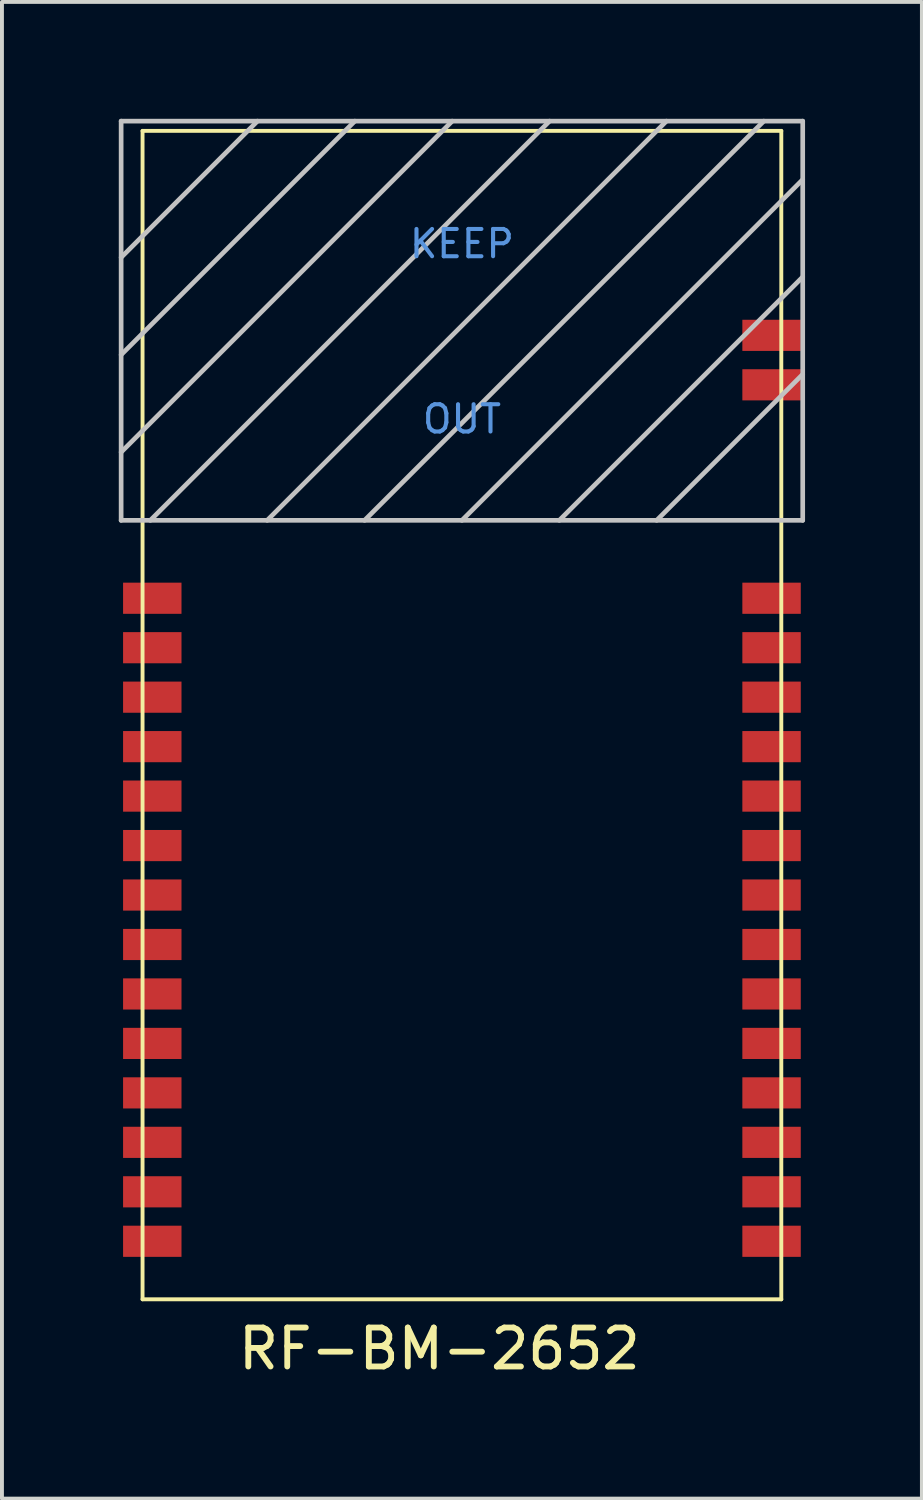
<source format=kicad_pcb>
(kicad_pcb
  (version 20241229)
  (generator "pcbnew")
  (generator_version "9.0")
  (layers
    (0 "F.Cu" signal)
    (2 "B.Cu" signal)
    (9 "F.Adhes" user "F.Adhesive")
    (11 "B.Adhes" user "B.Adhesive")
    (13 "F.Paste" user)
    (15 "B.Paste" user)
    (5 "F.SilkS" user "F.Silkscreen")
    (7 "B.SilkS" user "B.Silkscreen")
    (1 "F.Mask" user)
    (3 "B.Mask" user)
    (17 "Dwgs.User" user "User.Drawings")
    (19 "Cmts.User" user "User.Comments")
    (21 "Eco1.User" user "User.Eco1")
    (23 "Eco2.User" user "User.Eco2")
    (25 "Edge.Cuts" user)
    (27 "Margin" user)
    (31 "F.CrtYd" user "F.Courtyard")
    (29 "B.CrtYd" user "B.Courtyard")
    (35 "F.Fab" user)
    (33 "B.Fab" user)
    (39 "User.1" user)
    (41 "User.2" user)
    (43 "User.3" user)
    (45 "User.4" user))
  (footprint "RF-BM-2652"
    (layer "F.Cu")
    (at 9.5 21.42)
    (property "Reference" "RF-BM-2652" (at -1.27 10.16 0) (layer "F.SilkS") (effects (font (size 1 1) (thickness 0.15))))
    (attr through_hole)
    (fp_line (start -8.89 -21.11) (end 7.51 -21.11) (stroke (width 0.1) (type solid)) (layer "F.SilkS"))
    (fp_line (start -8.89 8.89) (end -8.89 -21.11) (stroke (width 0.1) (type solid)) (layer "F.SilkS"))
    (fp_line (start -8.89 8.89) (end 7.51 8.89) (stroke (width 0.1) (type solid)) (layer "F.SilkS"))
    (fp_line (start 7.51 8.89) (end 7.51 -21.11) (stroke (width 0.1) (type solid)) (layer "F.SilkS"))
    (fp_line (start -9.44 -21.36) (end 8.06 -21.36) (stroke (width 0.12) (type solid)) (layer "Dwgs.User"))
    (fp_line (start -9.44 -12.86) (end -0.94 -21.36) (stroke (width 0.12) (type solid)) (layer "Dwgs.User"))
    (fp_line (start -9.44 -11.11) (end -9.44 -21.36) (stroke (width 0.12) (type solid)) (layer "Dwgs.User"))
    (fp_line (start -8.69 -11.11) (end 1.56 -21.36) (stroke (width 0.12) (type solid)) (layer "Dwgs.User"))
    (fp_line (start -5.94 -21.36) (end -9.44 -17.86) (stroke (width 0.12) (type solid)) (layer "Dwgs.User"))
    (fp_line (start -5.69 -11.11) (end 4.56 -21.36) (stroke (width 0.12) (type solid)) (layer "Dwgs.User"))
    (fp_line (start -3.44 -21.36) (end -9.44 -15.36) (stroke (width 0.12) (type solid)) (layer "Dwgs.User"))
    (fp_line (start -3.19 -11.11) (end 7.06 -21.36) (stroke (width 0.12) (type solid)) (layer "Dwgs.User"))
    (fp_line (start 1.81 -11.11) (end 8.06 -17.36) (stroke (width 0.12) (type solid)) (layer "Dwgs.User"))
    (fp_line (start 4.31 -11.11) (end 8.06 -14.86) (stroke (width 0.12) (type solid)) (layer "Dwgs.User"))
    (fp_line (start 8.06 -21.36) (end 8.06 -11.11) (stroke (width 0.12) (type solid)) (layer "Dwgs.User"))
    (fp_line (start 8.06 -19.86) (end -0.69 -11.11) (stroke (width 0.12) (type solid)) (layer "Dwgs.User"))
    (fp_line (start 8.06 -11.11) (end -9.44 -11.11) (stroke (width 0.12) (type solid)) (layer "Dwgs.User"))
    (fp_text user "KEEP" (at -0.69 -18.21 180) (layer "Cmts.User") (effects (font (size 0.7 0.7) (thickness 0.105))))
    (fp_text user "OUT" (at -0.69 -13.71 180) (layer "Cmts.User") (effects (font (size 0.7 0.7) (thickness 0.105))))
    (pad "1" smd rect (at -8.64 -9.11) (size 1.5 0.8) (layers "F.Cu" "F.Mask" "F.Paste"))
    (pad "2" smd rect (at -8.64 -7.84) (size 1.5 0.8) (layers "F.Cu" "F.Mask" "F.Paste"))
    (pad "3" smd rect (at -8.64 -6.57) (size 1.5 0.8) (layers "F.Cu" "F.Mask" "F.Paste"))
    (pad "4" smd rect (at -8.64 -5.3) (size 1.5 0.8) (layers "F.Cu" "F.Mask" "F.Paste"))
    (pad "5" smd rect (at -8.64 -4.03) (size 1.5 0.8) (layers "F.Cu" "F.Mask" "F.Paste"))
    (pad "6" smd rect (at -8.64 -2.76) (size 1.5 0.8) (layers "F.Cu" "F.Mask" "F.Paste"))
    (pad "7" smd rect (at -8.64 -1.49) (size 1.5 0.8) (layers "F.Cu" "F.Mask" "F.Paste"))
    (pad "8" smd rect (at -8.64 -0.22) (size 1.5 0.8) (layers "F.Cu" "F.Mask" "F.Paste"))
    (pad "9" smd rect (at -8.64 1.05) (size 1.5 0.8) (layers "F.Cu" "F.Mask" "F.Paste"))
    (pad "10" smd rect (at -8.64 2.32) (size 1.5 0.8) (layers "F.Cu" "F.Mask" "F.Paste"))
    (pad "11" smd rect (at -8.64 3.59) (size 1.5 0.8) (layers "F.Cu" "F.Mask" "F.Paste"))
    (pad "12" smd rect (at -8.64 4.86) (size 1.5 0.8) (layers "F.Cu" "F.Mask" "F.Paste"))
    (pad "13" smd rect (at -8.64 6.13) (size 1.5 0.8) (layers "F.Cu" "F.Mask" "F.Paste"))
    (pad "14" smd rect (at -8.64 7.4) (size 1.5 0.8) (layers "F.Cu" "F.Mask" "F.Paste"))
    (pad "15" smd rect (at 7.26 7.4) (size 1.5 0.8) (layers "F.Cu" "F.Mask" "F.Paste"))
    (pad "16" smd rect (at 7.26 6.13) (size 1.5 0.8) (layers "F.Cu" "F.Mask" "F.Paste"))
    (pad "17" smd rect (at 7.26 4.86) (size 1.5 0.8) (layers "F.Cu" "F.Mask" "F.Paste"))
    (pad "18" smd rect (at 7.26 3.59) (size 1.5 0.8) (layers "F.Cu" "F.Mask" "F.Paste"))
    (pad "19" smd rect (at 7.26 2.32) (size 1.5 0.8) (layers "F.Cu" "F.Mask" "F.Paste"))
    (pad "20" smd rect (at 7.26 1.05) (size 1.5 0.8) (layers "F.Cu" "F.Mask" "F.Paste"))
    (pad "21" smd rect (at 7.26 -0.22) (size 1.5 0.8) (layers "F.Cu" "F.Mask" "F.Paste"))
    (pad "22" smd rect (at 7.26 -1.49) (size 1.5 0.8) (layers "F.Cu" "F.Mask" "F.Paste"))
    (pad "23" smd rect (at 7.26 -2.76) (size 1.5 0.8) (layers "F.Cu" "F.Mask" "F.Paste"))
    (pad "24" smd rect (at 7.26 -4.03) (size 1.5 0.8) (layers "F.Cu" "F.Mask" "F.Paste"))
    (pad "25" smd rect (at 7.26 -5.3) (size 1.5 0.8) (layers "F.Cu" "F.Mask" "F.Paste"))
    (pad "26" smd rect (at 7.26 -6.57) (size 1.5 0.8) (layers "F.Cu" "F.Mask" "F.Paste"))
    (pad "27" smd rect (at 7.26 -7.84) (size 1.5 0.8) (layers "F.Cu" "F.Mask" "F.Paste"))
    (pad "28" smd rect (at 7.26 -9.11) (size 1.5 0.8) (layers "F.Cu" "F.Mask" "F.Paste"))
    (pad "29" smd rect (at 7.26 -14.59) (size 1.5 0.8) (layers "F.Cu" "F.Mask" "F.Paste"))
    (pad "30" smd rect (at 7.26 -15.86) (size 1.5 0.8) (layers "F.Cu" "F.Mask" "F.Paste")))
  (gr_rect
    (start -3 -3)
    (end 20.62 35.428)
    (stroke (width 0.1) (type default))
    (fill no)
    (layer "Edge.Cuts")))
</source>
